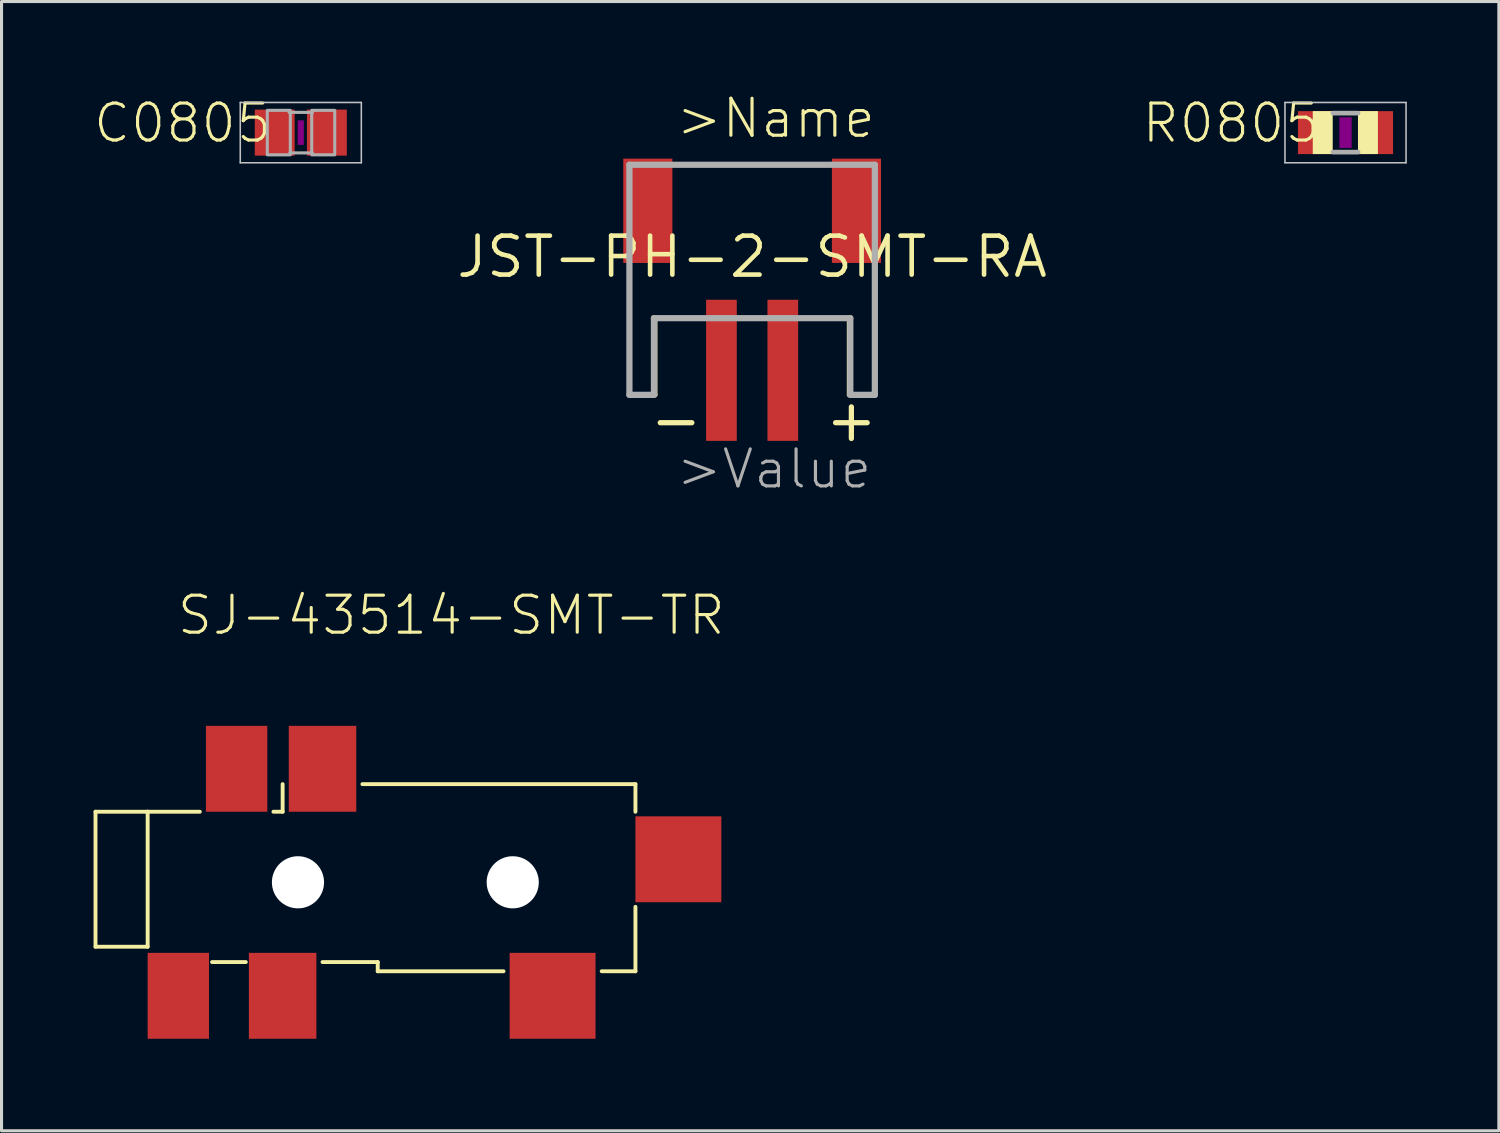
<source format=kicad_pcb>
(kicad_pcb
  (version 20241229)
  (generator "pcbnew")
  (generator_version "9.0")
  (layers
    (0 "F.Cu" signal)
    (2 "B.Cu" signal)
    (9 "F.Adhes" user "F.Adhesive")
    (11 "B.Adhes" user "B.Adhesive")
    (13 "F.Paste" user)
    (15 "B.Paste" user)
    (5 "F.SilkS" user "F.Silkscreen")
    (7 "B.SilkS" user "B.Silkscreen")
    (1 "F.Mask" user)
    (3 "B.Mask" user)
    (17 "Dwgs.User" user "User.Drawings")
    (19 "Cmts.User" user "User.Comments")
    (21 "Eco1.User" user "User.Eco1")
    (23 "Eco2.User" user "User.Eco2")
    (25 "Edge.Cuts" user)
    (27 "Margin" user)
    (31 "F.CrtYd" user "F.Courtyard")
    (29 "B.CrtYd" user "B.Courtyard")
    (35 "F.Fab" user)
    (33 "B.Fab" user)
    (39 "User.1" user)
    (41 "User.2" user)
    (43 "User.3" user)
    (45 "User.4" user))
  (footprint "SJ-43514-SMT-TR"
    (layer "F.Cu")
    (at 6.663 25.71)
    (property "Reference" "SJ-43514-SMT-TR" (at -4 -8 0) (layer "F.SilkS") (effects (font (size 1.206 1.206) (thickness 0.102)) (justify left bottom)))
    (attr through_hole)
    (fp_line (start -6.6 -2.3) (end -6.6 2.1) (stroke (width 0.127) (type solid)) (layer "F.SilkS"))
    (fp_line (start -6.6 2.1) (end -4.9 2.1) (stroke (width 0.127) (type solid)) (layer "F.SilkS"))
    (fp_line (start -4.9 -2.3) (end -6.6 -2.3) (stroke (width 0.127) (type solid)) (layer "F.SilkS"))
    (fp_line (start -4.9 -2.3) (end -3.2 -2.3) (stroke (width 0.127) (type solid)) (layer "F.SilkS"))
    (fp_line (start -4.9 2.1) (end -4.9 -2.3) (stroke (width 0.127) (type solid)) (layer "F.SilkS"))
    (fp_line (start -2.8 2.6) (end -1.7 2.6) (stroke (width 0.127) (type solid)) (layer "F.SilkS"))
    (fp_line (start -0.5 -3.2) (end -0.5 -2.3) (stroke (width 0.127) (type solid)) (layer "F.SilkS"))
    (fp_line (start -0.5 -2.3) (end -0.8 -2.3) (stroke (width 0.127) (type solid)) (layer "F.SilkS"))
    (fp_line (start 0.8 2.6) (end 2.6 2.6) (stroke (width 0.127) (type solid)) (layer "F.SilkS"))
    (fp_line (start 2.6 2.6) (end 2.6 2.9) (stroke (width 0.127) (type solid)) (layer "F.SilkS"))
    (fp_line (start 2.6 2.9) (end 6.7 2.9) (stroke (width 0.127) (type solid)) (layer "F.SilkS"))
    (fp_line (start 9.9 2.9) (end 11 2.9) (stroke (width 0.127) (type solid)) (layer "F.SilkS"))
    (fp_line (start 11 -3.2) (end 2.1 -3.2) (stroke (width 0.127) (type solid)) (layer "F.SilkS"))
    (fp_line (start 11 -2.3) (end 11 -3.2) (stroke (width 0.127) (type solid)) (layer "F.SilkS"))
    (fp_line (start 11 2.9) (end 11 0.8) (stroke (width 0.127) (type solid)) (layer "F.SilkS"))
    (pad "" np_thru_hole circle (at 0 0) (size 1.7 1.7) (drill 1.7) (layers "*.Cu" "*.Mask"))
    (pad "" np_thru_hole circle (at 7 0) (size 1.7 1.7) (drill 1.7) (layers "*.Cu" "*.Mask"))
    (pad "1" smd rect (at -3.9 3.7) (size 2 2.8) (layers "F.Cu" "F.Mask" "F.Paste"))
    (pad "2" smd rect (at 8.3 3.7) (size 2.8 2.8) (layers "F.Cu" "F.Mask" "F.Paste"))
    (pad "3" smd rect (at 0.8 -3.7) (size 2.2 2.8) (layers "F.Cu" "F.Mask" "F.Paste"))
    (pad "4" smd rect (at -0.5 3.7) (size 2.2 2.8) (layers "F.Cu" "F.Mask" "F.Paste"))
    (pad "5" smd rect (at 12.4 -0.75) (size 2.8 2.8) (layers "F.Cu" "F.Mask" "F.Paste"))
    (pad "6" smd rect (at -2 -3.7) (size 2 2.8) (layers "F.Cu" "F.Mask" "F.Paste")))
  (footprint "JST-PH-2-SMT-RA"
    (layer "F.Cu")
    (at 21.467 5.321)
    (property "Reference" "JST-PH-2-SMT-RA" (at 0 0 0) (layer "F.SilkS") (effects (font (size 1.27 1.27) (thickness 0.15))))
    (attr through_hole)
    (fp_line (start -4 4.5) (end -4 0.5) (stroke (width 0.127) (type solid)) (layer "F.SilkS"))
    (fp_line (start -3.15 2) (end -3.15 4.5) (stroke (width 0.127) (type solid)) (layer "F.SilkS"))
    (fp_line (start -3.15 4.5) (end -4 4.5) (stroke (width 0.127) (type solid)) (layer "F.SilkS"))
    (fp_line (start -2.25 -3) (end 2.25 -3) (stroke (width 0.127) (type solid)) (layer "F.SilkS"))
    (fp_line (start -1.75 2) (end -3.15 2) (stroke (width 0.127) (type solid)) (layer "F.SilkS"))
    (fp_line (start 3.15 2) (end 1.75 2) (stroke (width 0.127) (type solid)) (layer "F.SilkS"))
    (fp_line (start 3.15 4.5) (end 3.15 2) (stroke (width 0.127) (type solid)) (layer "F.SilkS"))
    (fp_line (start 4 0.5) (end 4 4.5) (stroke (width 0.127) (type solid)) (layer "F.SilkS"))
    (fp_line (start 4 4.5) (end 3.15 4.5) (stroke (width 0.127) (type solid)) (layer "F.SilkS"))
    (fp_line (start -4 -3) (end 4 -3) (stroke (width 0.203) (type solid)) (layer "F.Fab"))
    (fp_line (start -4 4.5) (end -4 -3) (stroke (width 0.203) (type solid)) (layer "F.Fab"))
    (fp_line (start -3.2 2) (end -3.2 4.5) (stroke (width 0.203) (type solid)) (layer "F.Fab"))
    (fp_line (start -3.2 4.5) (end -4 4.5) (stroke (width 0.203) (type solid)) (layer "F.Fab"))
    (fp_line (start 3.2 2) (end -3.2 2) (stroke (width 0.203) (type solid)) (layer "F.Fab"))
    (fp_line (start 3.2 4.5) (end 3.2 2) (stroke (width 0.203) (type solid)) (layer "F.Fab"))
    (fp_line (start 4 -3) (end 4 4.5) (stroke (width 0.203) (type solid)) (layer "F.Fab"))
    (fp_line (start 4 4.5) (end 3.2 4.5) (stroke (width 0.203) (type solid)) (layer "F.Fab"))
    (fp_text user ">Name" (at -2.54 -3.81 0) (layer "F.SilkS") (effects (font (size 1.206 1.206) (thickness 0.102)) (justify left bottom)))
    (fp_text user "+" (at 2.286 6.096 0) (layer "F.SilkS") (effects (font (size 1.351 1.351) (thickness 0.171)) (justify left bottom)))
    (fp_text user "-" (at -3.429 6.096 0) (layer "F.SilkS") (effects (font (size 1.351 1.351) (thickness 0.171)) (justify left bottom)))
    (fp_text user ">Value" (at -2.54 7.62 0) (layer "F.Fab") (effects (font (size 1.206 1.206) (thickness 0.102)) (justify left bottom)))
    (pad "1" smd rect (at 1 3.7) (size 1 4.6) (layers "F.Cu" "F.Mask" "F.Paste"))
    (pad "2" smd rect (at -1 3.7) (size 1 4.6) (layers "F.Cu" "F.Mask" "F.Paste"))
    (pad "NC1" smd rect (at -3.4 -1.5 90) (size 3.4 1.6) (layers "F.Cu" "F.Mask" "F.Paste"))
    (pad "NC2" smd rect (at 3.4 -1.5 90) (size 3.4 1.6) (layers "F.Cu" "F.Mask" "F.Paste")))
  (footprint "C0805"
    (layer "F.Cu")
    (at 6.755 1.273)
    (property "Reference" "C0805" (at -0.889 -1.016 0) (layer "F.SilkS") (effects (font (size 1.206 1.206) (thickness 0.102)) (justify right top)))
    (attr through_hole)
    (fp_poly (pts (xy -0.1 0.4) (xy 0.1 0.4) (xy 0.1 -0.4) (xy -0.1 -0.4)) (stroke (width 0) (type solid)) (fill yes) (layer "F.Adhes"))
    (fp_line (start -1.973 -0.983) (end 1.973 -0.983) (stroke (width 0.051) (type solid)) (layer "Dwgs.User"))
    (fp_line (start -1.973 0.983) (end -1.973 -0.983) (stroke (width 0.051) (type solid)) (layer "Dwgs.User"))
    (fp_line (start 1.973 -0.983) (end 1.973 0.983) (stroke (width 0.051) (type solid)) (layer "Dwgs.User"))
    (fp_line (start 1.973 0.983) (end -1.973 0.983) (stroke (width 0.051) (type solid)) (layer "Dwgs.User"))
    (fp_line (start -0.381 -0.66) (end 0.381 -0.66) (stroke (width 0.102) (type solid)) (layer "F.Fab"))
    (fp_line (start -0.356 0.66) (end 0.381 0.66) (stroke (width 0.102) (type solid)) (layer "F.Fab"))
    (fp_poly (pts (xy -1.092 0.724) (xy -0.342 0.724) (xy -0.342 -0.726) (xy -1.092 -0.726)) (stroke (width 0.1) (type solid)) (fill no) (layer "F.Fab"))
    (fp_poly (pts (xy 0.356 0.724) (xy 1.106 0.724) (xy 1.106 -0.726) (xy 0.356 -0.726)) (stroke (width 0.1) (type solid)) (fill no) (layer "F.Fab"))
    (pad "1" smd rect (at -0.85 0) (size 1.3 1.5) (layers "F.Cu" "F.Mask" "F.Paste"))
    (pad "2" smd rect (at 0.85 0) (size 1.3 1.5) (layers "F.Cu" "F.Mask" "F.Paste")))
  (footprint "R0805"
    (layer "F.Cu")
    (at 40.809 1.273)
    (property "Reference" "R0805" (at -0.762 -1.016 0) (layer "F.SilkS") (effects (font (size 1.206 1.206) (thickness 0.102)) (justify right top)))
    (attr through_hole)
    (fp_poly (pts (xy -1.067 0.699) (xy -0.417 0.699) (xy -0.417 -0.702) (xy -1.067 -0.702)) (stroke (width 0) (type solid)) (fill yes) (layer "F.SilkS"))
    (fp_poly (pts (xy 0.406 0.699) (xy 1.056 0.699) (xy 1.056 -0.702) (xy 0.406 -0.702)) (stroke (width 0) (type solid)) (fill yes) (layer "F.SilkS"))
    (fp_poly (pts (xy -0.2 0.5) (xy 0.2 0.5) (xy 0.2 -0.5) (xy -0.2 -0.5)) (stroke (width 0) (type solid)) (fill yes) (layer "F.Adhes"))
    (fp_line (start -1.973 -0.983) (end 1.973 -0.983) (stroke (width 0.051) (type solid)) (layer "Dwgs.User"))
    (fp_line (start -1.973 0.983) (end -1.973 -0.983) (stroke (width 0.051) (type solid)) (layer "Dwgs.User"))
    (fp_line (start 1.973 -0.983) (end 1.973 0.983) (stroke (width 0.051) (type solid)) (layer "Dwgs.User"))
    (fp_line (start 1.973 0.983) (end -1.973 0.983) (stroke (width 0.051) (type solid)) (layer "Dwgs.User"))
    (fp_line (start -0.41 -0.635) (end 0.41 -0.635) (stroke (width 0.152) (type solid)) (layer "F.Fab"))
    (fp_line (start -0.41 0.635) (end 0.41 0.635) (stroke (width 0.152) (type solid)) (layer "F.Fab"))
    (pad "1" smd rect (at -1 0) (size 1.1 1.4) (layers "F.Cu" "F.Mask" "F.Paste"))
    (pad "2" smd rect (at 1 0) (size 1.1 1.4) (layers "F.Cu" "F.Mask" "F.Paste")))
  (gr_rect
    (start -3 -3)
    (end 45.808 33.81)
    (stroke (width 0.1) (type default))
    (fill no)
    (layer "Edge.Cuts")))
</source>
